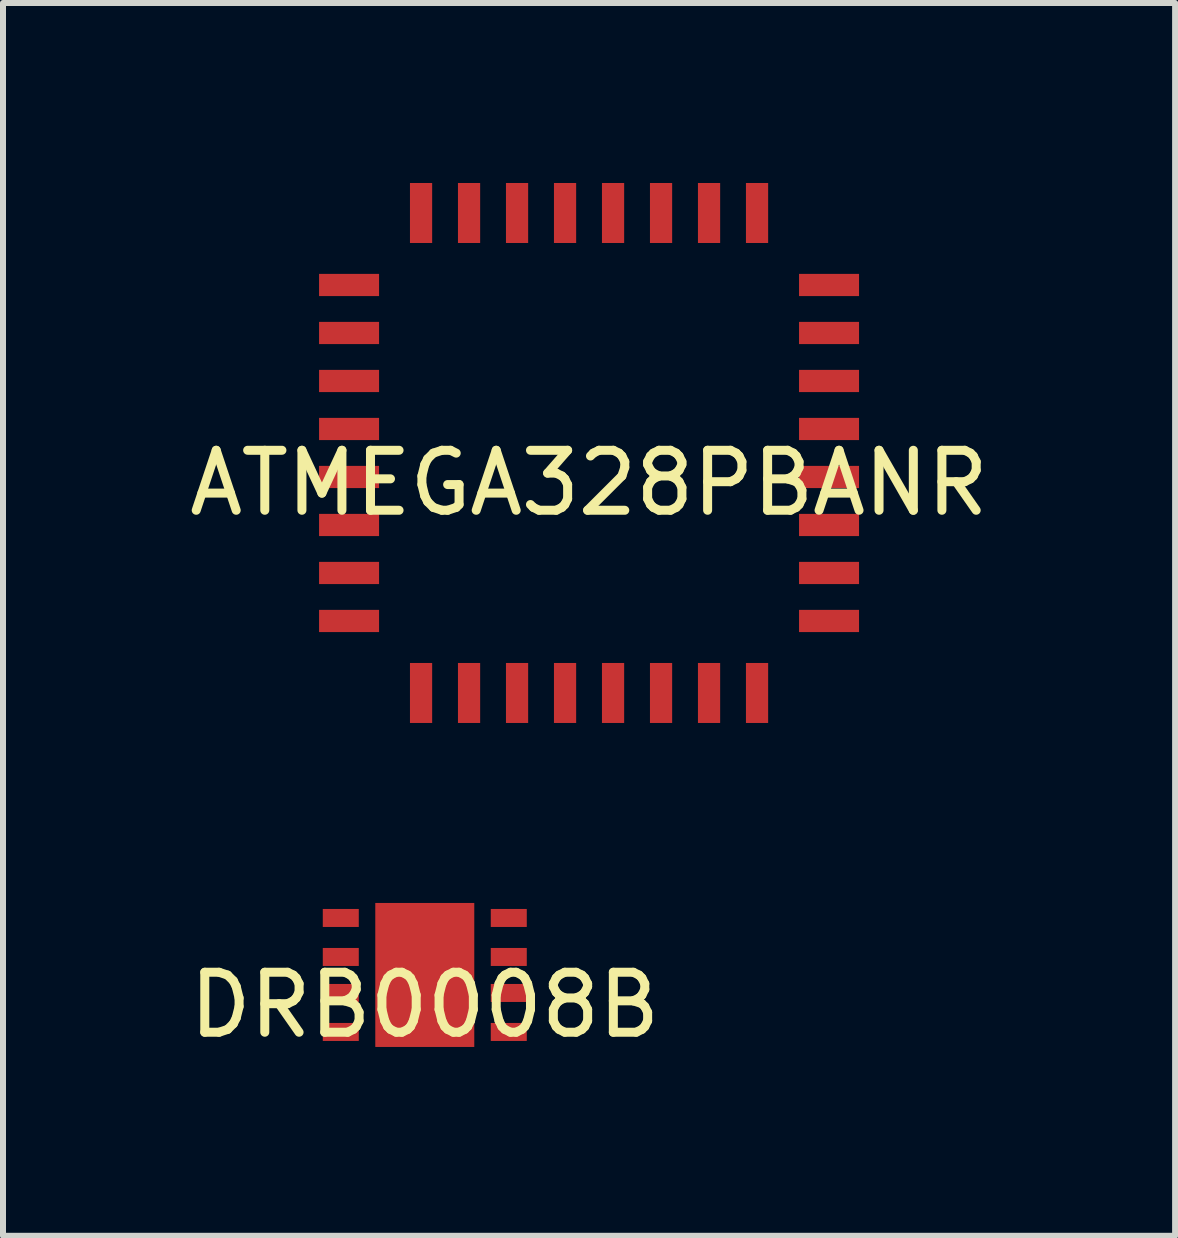
<source format=kicad_pcb>
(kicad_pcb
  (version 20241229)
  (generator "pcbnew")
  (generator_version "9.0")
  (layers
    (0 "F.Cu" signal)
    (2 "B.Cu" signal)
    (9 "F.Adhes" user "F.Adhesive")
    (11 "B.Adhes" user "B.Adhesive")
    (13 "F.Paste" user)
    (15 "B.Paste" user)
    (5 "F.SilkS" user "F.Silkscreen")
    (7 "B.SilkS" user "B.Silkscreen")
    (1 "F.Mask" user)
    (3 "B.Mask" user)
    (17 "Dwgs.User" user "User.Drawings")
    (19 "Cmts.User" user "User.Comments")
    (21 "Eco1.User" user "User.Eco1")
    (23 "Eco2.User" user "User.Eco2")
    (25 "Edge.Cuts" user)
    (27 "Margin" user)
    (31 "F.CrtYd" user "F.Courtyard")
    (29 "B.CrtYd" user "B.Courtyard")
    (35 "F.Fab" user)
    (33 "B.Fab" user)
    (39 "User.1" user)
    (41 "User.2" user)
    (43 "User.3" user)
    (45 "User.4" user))
  (footprint "DRB0008B"
    (layer "F.Cu")
    (at 4.03 13.2)
    (property "Reference" "DRB0008B" (at 0 0.5 0) (layer "F.SilkS") (effects (font (size 1 1) (thickness 0.15))))
    (attr through_hole)
    (pad "1" smd rect (at -1.4 -0.95) (size 0.6 0.3) (layers "F.Cu" "F.Mask" "F.Paste"))
    (pad "2" smd rect (at -1.4 -0.3) (size 0.6 0.3) (layers "F.Cu" "F.Mask" "F.Paste"))
    (pad "3" smd rect (at -1.4 0.3) (size 0.6 0.3) (layers "F.Cu" "F.Mask" "F.Paste"))
    (pad "4" smd rect (at -1.4 0.95) (size 0.6 0.3) (layers "F.Cu" "F.Mask" "F.Paste"))
    (pad "5" smd rect (at 1.4 0.95) (size 0.6 0.3) (layers "F.Cu" "F.Mask" "F.Paste"))
    (pad "6" smd rect (at 1.4 0.3) (size 0.6 0.3) (layers "F.Cu" "F.Mask" "F.Paste"))
    (pad "7" smd rect (at 1.4 -0.3) (size 0.6 0.3) (layers "F.Cu" "F.Mask" "F.Paste"))
    (pad "8" smd rect (at 1.4 -0.95) (size 0.6 0.3) (layers "F.Cu" "F.Mask" "F.Paste"))
    (pad "9" smd rect (at 0 0) (size 1.65 2.4) (layers "F.Cu" "F.Mask" "F.Paste")))
  (footprint "ATMEGA328PBANR"
    (layer "F.Cu")
    (at 6.768 4.5)
    (property "Reference" "ATMEGA328PBANR" (at 0 0.5 0) (layer "F.SilkS") (effects (font (size 1 1) (thickness 0.15))))
    (attr through_hole)
    (pad "1" smd rect (at -2.8 4) (size 0.37 1) (layers "F.Cu" "F.Mask" "F.Paste"))
    (pad "2" smd rect (at -2 4) (size 0.37 1) (layers "F.Cu" "F.Mask" "F.Paste"))
    (pad "3" smd rect (at -1.2 4) (size 0.37 1) (layers "F.Cu" "F.Mask" "F.Paste"))
    (pad "4" smd rect (at -0.4 4) (size 0.37 1) (layers "F.Cu" "F.Mask" "F.Paste"))
    (pad "5" smd rect (at 0.4 4) (size 0.37 1) (layers "F.Cu" "F.Mask" "F.Paste"))
    (pad "6" smd rect (at 1.2 4) (size 0.37 1) (layers "F.Cu" "F.Mask" "F.Paste"))
    (pad "7" smd rect (at 2 4) (size 0.37 1) (layers "F.Cu" "F.Mask" "F.Paste"))
    (pad "8" smd rect (at 2.8 4) (size 0.37 1) (layers "F.Cu" "F.Mask" "F.Paste"))
    (pad "9" smd rect (at 4 2.8) (size 1 0.37) (layers "F.Cu" "F.Mask" "F.Paste"))
    (pad "10" smd rect (at 4 2) (size 1 0.37) (layers "F.Cu" "F.Mask" "F.Paste"))
    (pad "11" smd rect (at 4 1.2) (size 1 0.37) (layers "F.Cu" "F.Mask" "F.Paste"))
    (pad "12" smd rect (at 4 0.4) (size 1 0.37) (layers "F.Cu" "F.Mask" "F.Paste"))
    (pad "13" smd rect (at 4 -0.4) (size 1 0.37) (layers "F.Cu" "F.Mask" "F.Paste"))
    (pad "14" smd rect (at 4 -1.2) (size 1 0.37) (layers "F.Cu" "F.Mask" "F.Paste"))
    (pad "15" smd rect (at 4 -2) (size 1 0.37) (layers "F.Cu" "F.Mask" "F.Paste"))
    (pad "16" smd rect (at 4 -2.8) (size 1 0.37) (layers "F.Cu" "F.Mask" "F.Paste"))
    (pad "17" smd rect (at 2.8 -4) (size 0.37 1) (layers "F.Cu" "F.Mask" "F.Paste"))
    (pad "18" smd rect (at 2 -4) (size 0.37 1) (layers "F.Cu" "F.Mask" "F.Paste"))
    (pad "19" smd rect (at 1.2 -4) (size 0.37 1) (layers "F.Cu" "F.Mask" "F.Paste"))
    (pad "20" smd rect (at 0.4 -4) (size 0.37 1) (layers "F.Cu" "F.Mask" "F.Paste"))
    (pad "21" smd rect (at -0.4 -4) (size 0.37 1) (layers "F.Cu" "F.Mask" "F.Paste"))
    (pad "22" smd rect (at -1.2 -4) (size 0.37 1) (layers "F.Cu" "F.Mask" "F.Paste"))
    (pad "23" smd rect (at -2 -4) (size 0.37 1) (layers "F.Cu" "F.Mask" "F.Paste"))
    (pad "24" smd rect (at -2.8 -4) (size 0.37 1) (layers "F.Cu" "F.Mask" "F.Paste"))
    (pad "25" smd rect (at -4 -2.8) (size 1 0.37) (layers "F.Cu" "F.Mask" "F.Paste"))
    (pad "26" smd rect (at -4 -2) (size 1 0.37) (layers "F.Cu" "F.Mask" "F.Paste"))
    (pad "27" smd rect (at -4 -1.2) (size 1 0.37) (layers "F.Cu" "F.Mask" "F.Paste"))
    (pad "28" smd rect (at -4 -0.4) (size 1 0.37) (layers "F.Cu" "F.Mask" "F.Paste"))
    (pad "29" smd rect (at -4 0.4) (size 1 0.37) (layers "F.Cu" "F.Mask" "F.Paste"))
    (pad "30" smd rect (at -4 1.2) (size 1 0.37) (layers "F.Cu" "F.Mask" "F.Paste"))
    (pad "31" smd rect (at -4 2) (size 1 0.37) (layers "F.Cu" "F.Mask" "F.Paste"))
    (pad "32" smd rect (at -4 2.8) (size 1 0.37) (layers "F.Cu" "F.Mask" "F.Paste")))
  (gr_rect
    (start -3 -3)
    (end 16.536 17.548)
    (stroke (width 0.1) (type default))
    (fill no)
    (layer "Edge.Cuts")))
</source>
